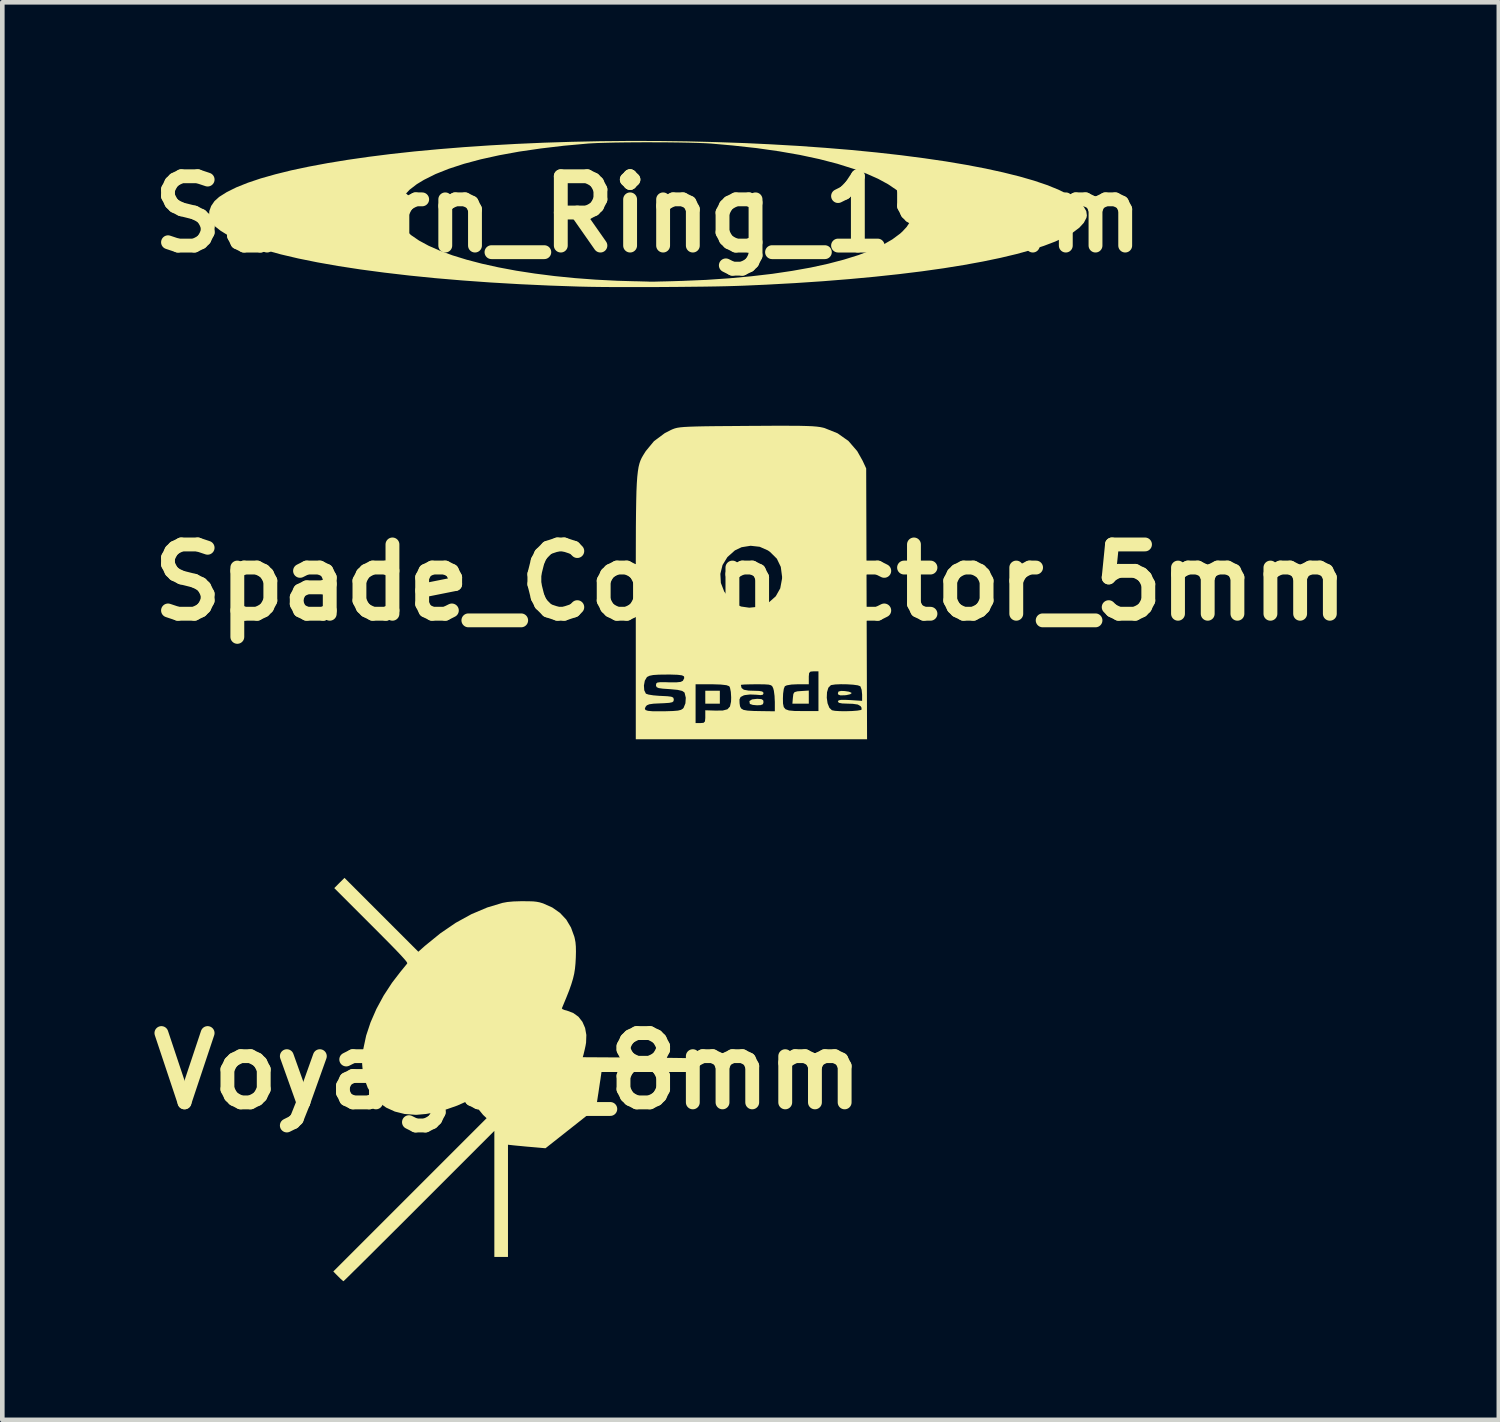
<source format=kicad_pcb>
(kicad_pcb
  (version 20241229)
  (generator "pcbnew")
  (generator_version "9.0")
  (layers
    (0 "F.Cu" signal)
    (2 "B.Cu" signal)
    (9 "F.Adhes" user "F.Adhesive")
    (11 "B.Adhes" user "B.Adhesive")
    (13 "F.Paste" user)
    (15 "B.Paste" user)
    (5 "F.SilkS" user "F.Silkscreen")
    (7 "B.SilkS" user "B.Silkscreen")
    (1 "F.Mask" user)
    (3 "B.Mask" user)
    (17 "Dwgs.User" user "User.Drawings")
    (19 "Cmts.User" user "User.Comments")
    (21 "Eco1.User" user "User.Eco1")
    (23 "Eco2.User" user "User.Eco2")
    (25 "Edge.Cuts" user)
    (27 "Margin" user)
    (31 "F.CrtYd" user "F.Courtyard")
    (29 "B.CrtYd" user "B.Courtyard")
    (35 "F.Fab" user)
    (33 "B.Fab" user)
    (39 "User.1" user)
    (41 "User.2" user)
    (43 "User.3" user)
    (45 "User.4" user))
  (footprint "Saturn_Ring_19mm"
    (layer "F.Cu")
    (at 10.979 1.586)
    (property "Reference" "Saturn_Ring_19mm" (at 0 0 0) (layer "F.SilkS") (effects (font (size 1.5 1.5) (thickness 0.3))))
    (attr board_only exclude_from_pos_files exclude_from_bom)
    (fp_poly (pts (xy 0.201 -1.585) (xy 0.832 -1.577) (xy 1.466 -1.561) (xy 2.102 -1.539) (xy 2.629 -1.514) (xy 3.238 -1.479) (xy 3.828 -1.437) (xy 4.398 -1.39) (xy 4.946 -1.336) (xy 5.469 -1.277) (xy 5.968 -1.212) (xy 6.44 -1.143) (xy 6.884 -1.068) (xy 7.298 -0.989) (xy 7.681 -0.905) (xy 8.031 -0.818) (xy 8.347 -0.727) (xy 8.628 -0.632) (xy 8.871 -0.534) (xy 9.076 -0.433) (xy 9.194 -0.361) (xy 9.33 -0.259) (xy 9.425 -0.161) (xy 9.479 -0.066) (xy 9.492 0.027) (xy 9.482 0.078) (xy 9.426 0.185) (xy 9.329 0.291) (xy 9.194 0.393) (xy 9.02 0.493) (xy 8.81 0.59) (xy 8.563 0.684) (xy 8.282 0.775) (xy 7.967 0.862) (xy 7.619 0.945) (xy 7.239 1.024) (xy 6.828 1.099) (xy 6.388 1.17) (xy 5.919 1.236) (xy 5.423 1.297) (xy 4.9 1.353) (xy 4.351 1.404) (xy 3.779 1.45) (xy 3.182 1.49) (xy 2.564 1.524) (xy 2.072 1.546) (xy 1.9 1.552) (xy 1.693 1.558) (xy 1.457 1.563) (xy 1.196 1.567) (xy 0.918 1.57) (xy 0.627 1.573) (xy 0.33 1.575) (xy 0.032 1.577) (xy -0.261 1.577) (xy -0.542 1.577) (xy -0.807 1.576) (xy -1.05 1.574) (xy -1.264 1.571) (xy -1.443 1.567) (xy -1.464 1.567) (xy -2.131 1.544) (xy -2.781 1.514) (xy -3.413 1.477) (xy -4.025 1.433) (xy -4.614 1.383) (xy -5.179 1.326) (xy -5.717 1.263) (xy -6.228 1.195) (xy -6.709 1.121) (xy -7.157 1.042) (xy -7.572 0.958) (xy -7.951 0.869) (xy -8.293 0.775) (xy -8.53 0.699) (xy -8.745 0.619) (xy -8.941 0.534) (xy -9.114 0.445) (xy -9.259 0.355) (xy -9.372 0.266) (xy -9.451 0.18) (xy -9.474 0.143) (xy -9.505 0.04) (xy -9.503 0.003) (xy -5.42 0.003) (xy -5.388 0.137) (xy -5.316 0.267) (xy -5.266 0.329) (xy -5.133 0.452) (xy -4.962 0.569) (xy -4.754 0.682) (xy -4.511 0.789) (xy -4.236 0.89) (xy -3.931 0.984) (xy -3.598 1.071) (xy -3.24 1.15) (xy -2.857 1.222) (xy -2.454 1.284) (xy -2.031 1.338) (xy -1.591 1.382) (xy -1.137 1.416) (xy -0.669 1.44) (xy -0.32 1.45) (xy -0.212 1.452) (xy -0.111 1.455) (xy -0.027 1.457) (xy 0.021 1.459) (xy 0.065 1.459) (xy 0.144 1.459) (xy 0.252 1.456) (xy 0.383 1.453) (xy 0.531 1.449) (xy 0.69 1.444) (xy 0.732 1.443) (xy 1.251 1.421) (xy 1.75 1.387) (xy 2.228 1.343) (xy 2.683 1.29) (xy 3.113 1.226) (xy 3.516 1.154) (xy 3.891 1.072) (xy 4.235 0.982) (xy 4.549 0.884) (xy 4.828 0.778) (xy 5.073 0.665) (xy 5.281 0.545) (xy 5.451 0.419) (xy 5.503 0.371) (xy 5.592 0.275) (xy 5.649 0.188) (xy 5.68 0.099) (xy 5.69 -0.001) (xy 5.69 -0.009) (xy 5.67 -0.142) (xy 5.609 -0.274) (xy 5.508 -0.402) (xy 5.368 -0.528) (xy 5.19 -0.649) (xy 4.975 -0.766) (xy 4.723 -0.878) (xy 4.454 -0.978) (xy 4.092 -1.092) (xy 3.702 -1.193) (xy 3.282 -1.283) (xy 2.83 -1.362) (xy 2.345 -1.431) (xy 1.823 -1.488) (xy 1.35 -1.53) (xy 1.228 -1.537) (xy 1.07 -1.543) (xy 0.883 -1.548) (xy 0.674 -1.552) (xy 0.448 -1.555) (xy 0.211 -1.556) (xy -0.03 -1.557) (xy -0.27 -1.556) (xy -0.502 -1.554) (xy -0.721 -1.551) (xy -0.92 -1.546) (xy -1.094 -1.541) (xy -1.236 -1.534) (xy -1.299 -1.53) (xy -1.829 -1.482) (xy -2.327 -1.423) (xy -2.794 -1.355) (xy -3.227 -1.276) (xy -3.625 -1.188) (xy -3.988 -1.091) (xy -4.315 -0.984) (xy -4.604 -0.869) (xy -4.854 -0.744) (xy -5.008 -0.651) (xy -5.165 -0.53) (xy -5.285 -0.402) (xy -5.369 -0.269) (xy -5.414 -0.133) (xy -5.42 0.003) (xy -9.503 0.003) (xy -9.499 -0.069) (xy -9.459 -0.179) (xy -9.387 -0.284) (xy -9.286 -0.375) (xy -9.118 -0.481) (xy -8.911 -0.583) (xy -8.666 -0.681) (xy -8.386 -0.775) (xy -8.071 -0.864) (xy -7.724 -0.95) (xy -7.346 -1.03) (xy -6.939 -1.106) (xy -6.505 -1.177) (xy -6.046 -1.243) (xy -5.562 -1.304) (xy -5.057 -1.359) (xy -4.531 -1.408) (xy -3.987 -1.452) (xy -3.425 -1.49) (xy -2.849 -1.522) (xy -2.259 -1.548) (xy -1.657 -1.567) (xy -1.046 -1.58) (xy -0.426 -1.586)) (stroke (width 0) (type solid)) (fill yes) (layer "F.SilkS")))
  (footprint "Spade_Connector_5mm"
    (layer "F.Cu")
    (at 13.193 9.554)
    (property "Reference" "Spade_Connector_5mm" (at 0 0 0) (layer "F.SilkS") (effects (font (size 1.5 1.5) (thickness 0.3))))
    (attr board_only exclude_from_pos_files exclude_from_bom)
    (fp_poly (pts (xy -0.665 2.484) (xy -0.665 2.624) (xy -0.822 2.624) (xy -0.98 2.624) (xy -0.98 2.484) (xy -0.98 2.344) (xy -0.822 2.344) (xy -0.665 2.344)) (stroke (width 0) (type solid)) (fill yes) (layer "F.SilkS"))
    (fp_poly (pts (xy 1.26 2.482) (xy 1.26 2.624) (xy 1.082 2.624) (xy 0.905 2.624) (xy 0.916 2.493) (xy 0.926 2.413) (xy 0.952 2.374) (xy 1.013 2.357) (xy 1.093 2.351) (xy 1.26 2.34)) (stroke (width 0) (type solid)) (fill yes) (layer "F.SilkS"))
    (fp_poly (pts (xy 0.233 2.525) (xy 0.272 2.549) (xy 0.28 2.589) (xy 0.268 2.635) (xy 0.22 2.655) (xy 0.142 2.659) (xy 0.049 2.651) (xy -0.011 2.631) (xy -0.017 2.624) (xy -0.025 2.568) (xy 0.031 2.532) (xy 0.142 2.519)) (stroke (width 0) (type solid)) (fill yes) (layer "F.SilkS"))
    (fp_poly (pts (xy 2.038 2.351) (xy 2.129 2.365) (xy 2.181 2.387) (xy 2.187 2.397) (xy 2.155 2.42) (xy 2.077 2.438) (xy 2.038 2.442) (xy 1.941 2.444) (xy 1.897 2.426) (xy 1.889 2.397) (xy 1.904 2.361) (xy 1.959 2.348)) (stroke (width 0) (type solid)) (fill yes) (layer "F.SilkS"))
    (fp_poly (pts (xy 0.849 -3.39) (xy 1.05 -3.389) (xy 1.21 -3.385) (xy 1.335 -3.38) (xy 1.431 -3.372) (xy 1.507 -3.362) (xy 1.569 -3.349) (xy 1.602 -3.34) (xy 1.883 -3.227) (xy 2.118 -3.061) (xy 2.308 -2.841) (xy 2.424 -2.635) (xy 2.502 -2.467) (xy 2.511 0.464) (xy 2.521 3.394) (xy 0.019 3.394) (xy -2.484 3.394) (xy -2.484 2.231) (xy -2.308 2.231) (xy -2.301 2.334) (xy -2.266 2.406) (xy -2.264 2.408) (xy -2.209 2.427) (xy -2.104 2.444) (xy -1.971 2.455) (xy -1.94 2.456) (xy -1.801 2.463) (xy -1.718 2.473) (xy -1.676 2.491) (xy -1.663 2.521) (xy -1.662 2.537) (xy -1.668 2.571) (xy -1.696 2.593) (xy -1.76 2.606) (xy -1.873 2.614) (xy -1.95 2.617) (xy -2.098 2.624) (xy -2.191 2.637) (xy -2.244 2.659) (xy -2.273 2.693) (xy -2.273 2.693) (xy -2.288 2.734) (xy -2.273 2.762) (xy -2.221 2.779) (xy -2.122 2.788) (xy -1.967 2.789) (xy -1.843 2.788) (xy -1.68 2.783) (xy -1.572 2.774) (xy -1.506 2.758) (xy -1.465 2.732) (xy -1.449 2.713) (xy -1.413 2.624) (xy -1.19 2.624) (xy -1.19 3.044) (xy -1.085 3.044) (xy -1.017 3.038) (xy -0.987 3.008) (xy -0.98 2.933) (xy -0.98 2.905) (xy -0.98 2.767) (xy -0.758 2.774) (xy -0.601 2.772) (xy -0.501 2.746) (xy -0.446 2.686) (xy -0.423 2.582) (xy -0.421 2.532) (xy -0.24 2.532) (xy -0.238 2.614) (xy -0.228 2.682) (xy -0.204 2.728) (xy -0.154 2.758) (xy -0.066 2.774) (xy 0.07 2.782) (xy 0.23 2.785) (xy 0.525 2.789) (xy 0.525 2.586) (xy 0.521 2.51) (xy 0.7 2.51) (xy 0.702 2.621) (xy 0.718 2.698) (xy 0.757 2.745) (xy 0.831 2.771) (xy 0.951 2.782) (xy 1.129 2.784) (xy 1.156 2.784) (xy 1.469 2.784) (xy 1.469 2.496) (xy 1.649 2.496) (xy 1.666 2.615) (xy 1.705 2.713) (xy 1.76 2.766) (xy 1.826 2.779) (xy 1.936 2.786) (xy 2.067 2.787) (xy 2.2 2.783) (xy 2.313 2.774) (xy 2.387 2.761) (xy 2.402 2.753) (xy 2.401 2.712) (xy 2.38 2.677) (xy 2.321 2.643) (xy 2.211 2.627) (xy 2.112 2.624) (xy 1.982 2.619) (xy 1.911 2.605) (xy 1.889 2.577) (xy 1.889 2.577) (xy 1.905 2.553) (xy 1.959 2.541) (xy 2.063 2.542) (xy 2.152 2.546) (xy 2.414 2.563) (xy 2.414 2.426) (xy 2.404 2.326) (xy 2.379 2.255) (xy 2.372 2.246) (xy 2.32 2.227) (xy 2.218 2.213) (xy 2.089 2.205) (xy 1.954 2.203) (xy 1.833 2.208) (xy 1.747 2.221) (xy 1.736 2.225) (xy 1.683 2.279) (xy 1.654 2.377) (xy 1.649 2.496) (xy 1.469 2.496) (xy 1.469 2.354) (xy 1.469 1.924) (xy 1.364 1.924) (xy 1.297 1.93) (xy 1.267 1.96) (xy 1.26 2.034) (xy 1.26 2.064) (xy 1.26 2.204) (xy 1.022 2.204) (xy 0.886 2.21) (xy 0.785 2.227) (xy 0.742 2.246) (xy 0.719 2.303) (xy 0.704 2.408) (xy 0.7 2.51) (xy 0.521 2.51) (xy 0.519 2.457) (xy 0.504 2.344) (xy 0.491 2.294) (xy 0.472 2.252) (xy 0.444 2.226) (xy 0.393 2.212) (xy 0.303 2.206) (xy 0.162 2.204) (xy 0.123 2.204) (xy -0.02 2.206) (xy -0.132 2.209) (xy -0.198 2.215) (xy -0.21 2.219) (xy -0.195 2.285) (xy -0.144 2.323) (xy -0.043 2.341) (xy 0.056 2.344) (xy 0.182 2.348) (xy 0.251 2.36) (xy 0.278 2.385) (xy 0.28 2.398) (xy 0.267 2.429) (xy 0.219 2.439) (xy 0.118 2.43) (xy 0.114 2.43) (xy -0.011 2.425) (xy -0.122 2.438) (xy -0.151 2.446) (xy -0.216 2.48) (xy -0.24 2.532) (xy -0.421 2.532) (xy -0.42 2.487) (xy -0.427 2.37) (xy -0.445 2.28) (xy -0.462 2.246) (xy -0.522 2.224) (xy -0.645 2.21) (xy -0.827 2.204) (xy -0.847 2.204) (xy -1.19 2.204) (xy -1.19 2.624) (xy -1.413 2.624) (xy -1.41 2.616) (xy -1.402 2.496) (xy -1.427 2.391) (xy -1.434 2.379) (xy -1.48 2.348) (xy -1.58 2.325) (xy -1.741 2.31) (xy -1.757 2.309) (xy -1.9 2.299) (xy -1.986 2.287) (xy -2.03 2.268) (xy -2.046 2.239) (xy -2.047 2.222) (xy -2.041 2.187) (xy -2.016 2.167) (xy -1.957 2.159) (xy -1.849 2.159) (xy -1.77 2.162) (xy -1.611 2.163) (xy -1.513 2.153) (xy -1.466 2.13) (xy -1.464 2.127) (xy -1.436 2.072) (xy -1.44 2.034) (xy -1.484 2.011) (xy -1.578 1.999) (xy -1.73 1.994) (xy -1.808 1.994) (xy -1.986 1.996) (xy -2.107 2.004) (xy -2.186 2.02) (xy -2.236 2.044) (xy -2.245 2.052) (xy -2.289 2.127) (xy -2.308 2.231) (xy -2.484 2.231) (xy -2.484 0.549) (xy -2.484 0.018) (xy -2.484 -0.185) (xy -0.654 -0.185) (xy -0.643 0.011) (xy -0.57 0.199) (xy -0.454 0.35) (xy -0.354 0.436) (xy -0.251 0.502) (xy -0.203 0.522) (xy -0.028 0.547) (xy 0.162 0.528) (xy 0.334 0.47) (xy 0.386 0.441) (xy 0.545 0.3) (xy 0.642 0.128) (xy 0.681 -0.081) (xy 0.682 -0.122) (xy 0.654 -0.336) (xy 0.569 -0.513) (xy 0.421 -0.66) (xy 0.374 -0.693) (xy 0.198 -0.771) (xy 0.001 -0.793) (xy -0.194 -0.762) (xy -0.339 -0.693) (xy -0.501 -0.549) (xy -0.607 -0.376) (xy -0.654 -0.185) (xy -2.484 -0.185) (xy -2.484 -0.448) (xy -2.483 -0.854) (xy -2.482 -1.203) (xy -2.479 -1.502) (xy -2.475 -1.755) (xy -2.47 -1.967) (xy -2.462 -2.142) (xy -2.452 -2.286) (xy -2.439 -2.402) (xy -2.424 -2.497) (xy -2.405 -2.574) (xy -2.383 -2.638) (xy -2.357 -2.695) (xy -2.326 -2.749) (xy -2.291 -2.805) (xy -2.267 -2.843) (xy -2.09 -3.057) (xy -1.856 -3.231) (xy -1.726 -3.298) (xy -1.683 -3.317) (xy -1.639 -3.333) (xy -1.588 -3.346) (xy -1.522 -3.356) (xy -1.434 -3.364) (xy -1.318 -3.37) (xy -1.167 -3.375) (xy -0.974 -3.379) (xy -0.731 -3.382) (xy -0.432 -3.384) (xy -0.077 -3.387) (xy 0.292 -3.389) (xy 0.598 -3.391)) (stroke (width 0) (type solid)) (fill yes) (layer "F.SilkS")))
  (footprint "Voyager_8mm"
    (layer "F.Cu")
    (at 7.943 20.128)
    (property "Reference" "Voyager_8mm" (at 0 0 0) (layer "F.SilkS") (effects (font (size 1.5 1.5) (thickness 0.3))))
    (attr board_only exclude_from_pos_files exclude_from_bom)
    (fp_poly (pts (xy -2.739 -3.381) (xy -1.94 -2.582) (xy -1.797 -2.709) (xy -1.465 -2.979) (xy -1.13 -3.208) (xy -0.79 -3.395) (xy -0.447 -3.54) (xy -0.118 -3.639) (xy -0.013 -3.658) (xy 0.117 -3.67) (xy 0.278 -3.675) (xy 0.326 -3.675) (xy 0.452 -3.674) (xy 0.547 -3.671) (xy 0.62 -3.663) (xy 0.683 -3.651) (xy 0.746 -3.632) (xy 0.762 -3.627) (xy 0.959 -3.539) (xy 1.126 -3.422) (xy 1.261 -3.278) (xy 1.364 -3.105) (xy 1.437 -2.904) (xy 1.445 -2.87) (xy 1.461 -2.786) (xy 1.469 -2.694) (xy 1.471 -2.582) (xy 1.468 -2.454) (xy 1.461 -2.328) (xy 1.45 -2.215) (xy 1.433 -2.107) (xy 1.407 -1.997) (xy 1.371 -1.878) (xy 1.324 -1.744) (xy 1.262 -1.588) (xy 1.185 -1.402) (xy 1.166 -1.357) (xy 1.179 -1.34) (xy 1.226 -1.32) (xy 1.274 -1.308) (xy 1.411 -1.257) (xy 1.525 -1.175) (xy 1.611 -1.065) (xy 1.669 -0.932) (xy 1.696 -0.78) (xy 1.69 -0.613) (xy 1.678 -0.544) (xy 1.66 -0.462) (xy 1.643 -0.391) (xy 1.632 -0.346) (xy 1.631 -0.344) (xy 1.618 -0.299) (xy 2.797 -0.292) (xy 3.016 -0.29) (xy 3.222 -0.288) (xy 3.412 -0.286) (xy 3.581 -0.284) (xy 3.726 -0.282) (xy 3.842 -0.28) (xy 3.927 -0.277) (xy 3.976 -0.275) (xy 3.987 -0.274) (xy 3.991 -0.249) (xy 3.991 -0.194) (xy 3.986 -0.121) (xy 3.986 -0.121) (xy 3.975 0.021) (xy 3 0.021) (xy 2.024 0.021) (xy 2.009 0.121) (xy 2.001 0.179) (xy 1.987 0.268) (xy 1.971 0.376) (xy 1.954 0.492) (xy 1.95 0.514) (xy 1.906 0.807) (xy 1.359 1.239) (xy 0.812 1.671) (xy 0.516 1.645) (xy 0.398 1.635) (xy 0.285 1.624) (xy 0.188 1.615) (xy 0.119 1.608) (xy 0.111 1.607) (xy 0 1.595) (xy 0 2.809) (xy 0 4.023) (xy -0.147 4.023) (xy -0.295 4.023) (xy -0.295 2.659) (xy -0.295 1.295) (xy -1.922 2.922) (xy -2.14 3.14) (xy -2.349 3.349) (xy -2.548 3.547) (xy -2.735 3.733) (xy -2.907 3.905) (xy -3.064 4.061) (xy -3.203 4.199) (xy -3.322 4.316) (xy -3.419 4.412) (xy -3.492 4.484) (xy -3.54 4.53) (xy -3.56 4.549) (xy -3.56 4.549) (xy -3.579 4.535) (xy -3.62 4.499) (xy -3.672 4.447) (xy -3.676 4.444) (xy -3.78 4.338) (xy -2.121 2.679) (xy -0.463 1.021) (xy -0.538 0.95) (xy -0.631 0.836) (xy -0.692 0.704) (xy -0.706 0.648) (xy -0.72 0.57) (xy -0.889 0.655) (xy -1.098 0.748) (xy -1.323 0.827) (xy -1.551 0.889) (xy -1.771 0.929) (xy -1.972 0.947) (xy -2.009 0.947) (xy -2.239 0.929) (xy -2.448 0.877) (xy -2.635 0.792) (xy -2.797 0.677) (xy -2.931 0.533) (xy -3.035 0.363) (xy -3.107 0.168) (xy -3.128 0.072) (xy -3.147 -0.048) (xy -3.156 -0.153) (xy -3.155 -0.257) (xy -3.144 -0.375) (xy -3.128 -0.491) (xy -3.069 -0.767) (xy -2.974 -1.053) (xy -2.847 -1.344) (xy -2.691 -1.632) (xy -2.508 -1.912) (xy -2.329 -2.145) (xy -2.271 -2.216) (xy -2.222 -2.276) (xy -2.188 -2.318) (xy -2.18 -2.329) (xy -2.182 -2.343) (xy -2.198 -2.369) (xy -2.232 -2.411) (xy -2.284 -2.469) (xy -2.356 -2.547) (xy -2.451 -2.646) (xy -2.569 -2.767) (xy -2.714 -2.913) (xy -2.886 -3.086) (xy -2.959 -3.159) (xy -3.759 -3.959) (xy -3.649 -4.07) (xy -3.538 -4.18)) (stroke (width 0) (type solid)) (fill yes) (layer "F.SilkS")))
  (gr_rect
    (start -3 -3)
    (end 29.386 27.677)
    (stroke (width 0.1) (type default))
    (fill no)
    (layer "Edge.Cuts")))
</source>
